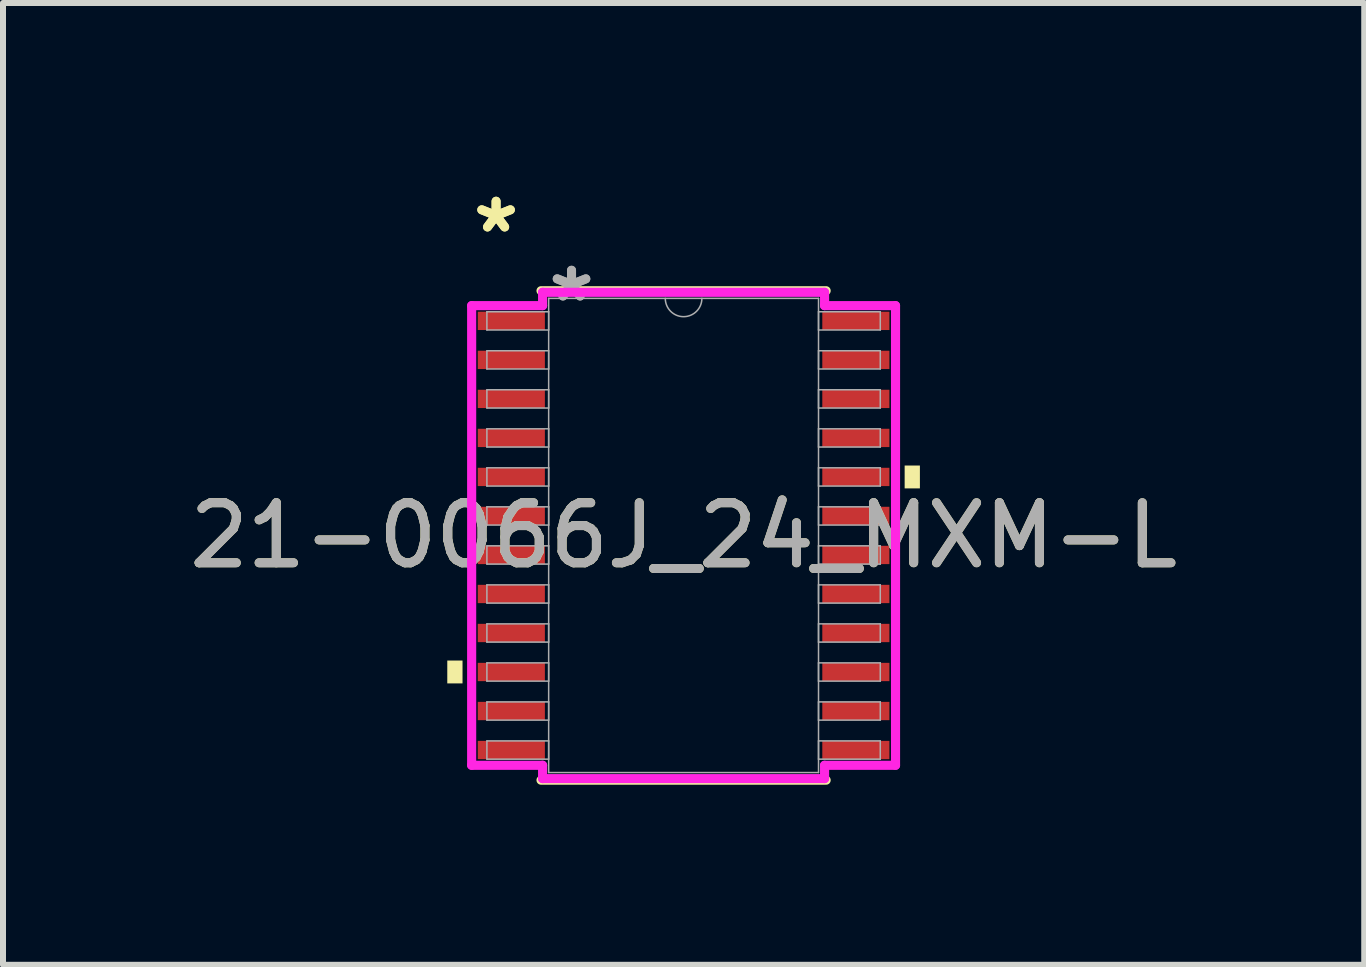
<source format=kicad_pcb>
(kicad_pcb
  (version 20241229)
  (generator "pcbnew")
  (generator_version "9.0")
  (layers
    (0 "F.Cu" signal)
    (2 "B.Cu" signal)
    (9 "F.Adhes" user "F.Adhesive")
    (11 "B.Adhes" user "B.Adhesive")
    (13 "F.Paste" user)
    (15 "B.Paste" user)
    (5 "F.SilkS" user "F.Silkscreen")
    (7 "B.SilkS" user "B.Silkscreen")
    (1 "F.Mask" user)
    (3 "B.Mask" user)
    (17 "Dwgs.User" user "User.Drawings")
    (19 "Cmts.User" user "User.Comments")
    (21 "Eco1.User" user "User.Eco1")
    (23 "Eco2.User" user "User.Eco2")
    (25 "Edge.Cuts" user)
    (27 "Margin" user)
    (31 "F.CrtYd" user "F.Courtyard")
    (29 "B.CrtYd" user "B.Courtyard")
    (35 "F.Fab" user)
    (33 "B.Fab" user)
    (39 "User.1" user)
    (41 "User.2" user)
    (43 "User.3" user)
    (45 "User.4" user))
  (footprint "21-0066J_24_MXM-L"
    (layer "F.Cu")
    (at 8.339 5.871)
    (property "Reference" "21-0066J_24_MXM-L" (at 0 0 0) (unlocked yes) (layer "F.SilkS") (effects (font (size 1 1) (thickness 0.15))))
    (attr smd)
    (fp_line (start -2.375 4.077) (end 2.375 4.077) (stroke (width 0.152) (type solid)) (layer "F.SilkS"))
    (fp_line (start 2.375 -4.077) (end -2.375 -4.077) (stroke (width 0.152) (type solid)) (layer "F.SilkS"))
    (fp_poly (pts (xy -3.937 2.084) (xy -3.937 2.465) (xy -3.683 2.465) (xy -3.683 2.084)) (stroke (width 0) (type solid)) (fill yes) (layer "F.SilkS"))
    (fp_poly (pts (xy 3.937 -1.165) (xy 3.937 -0.784) (xy 3.683 -0.784) (xy 3.683 -1.165)) (stroke (width 0) (type solid)) (fill yes) (layer "F.SilkS"))
    (fp_line (start -3.531 -3.829) (end -2.349 -3.829) (stroke (width 0.152) (type solid)) (layer "F.CrtYd"))
    (fp_line (start -3.531 3.829) (end -3.531 -3.829) (stroke (width 0.152) (type solid)) (layer "F.CrtYd"))
    (fp_line (start -3.531 3.829) (end -2.349 3.829) (stroke (width 0.152) (type solid)) (layer "F.CrtYd"))
    (fp_line (start -2.349 -4.051) (end 2.349 -4.051) (stroke (width 0.152) (type solid)) (layer "F.CrtYd"))
    (fp_line (start -2.349 -3.829) (end -2.349 -4.051) (stroke (width 0.152) (type solid)) (layer "F.CrtYd"))
    (fp_line (start -2.349 4.051) (end -2.349 3.829) (stroke (width 0.152) (type solid)) (layer "F.CrtYd"))
    (fp_line (start 2.349 -4.051) (end 2.349 -3.829) (stroke (width 0.152) (type solid)) (layer "F.CrtYd"))
    (fp_line (start 2.349 3.829) (end 2.349 4.051) (stroke (width 0.152) (type solid)) (layer "F.CrtYd"))
    (fp_line (start 2.349 4.051) (end -2.349 4.051) (stroke (width 0.152) (type solid)) (layer "F.CrtYd"))
    (fp_line (start 3.531 -3.829) (end 2.349 -3.829) (stroke (width 0.152) (type solid)) (layer "F.CrtYd"))
    (fp_line (start 3.531 -3.829) (end 3.531 3.829) (stroke (width 0.152) (type solid)) (layer "F.CrtYd"))
    (fp_line (start 3.531 3.829) (end 2.349 3.829) (stroke (width 0.152) (type solid)) (layer "F.CrtYd"))
    (fp_line (start -3.277 -3.727) (end -3.277 -3.423) (stroke (width 0.025) (type solid)) (layer "F.Fab"))
    (fp_line (start -3.277 -3.423) (end -2.248 -3.423) (stroke (width 0.025) (type solid)) (layer "F.Fab"))
    (fp_line (start -3.277 -3.077) (end -3.277 -2.773) (stroke (width 0.025) (type solid)) (layer "F.Fab"))
    (fp_line (start -3.277 -2.773) (end -2.248 -2.773) (stroke (width 0.025) (type solid)) (layer "F.Fab"))
    (fp_line (start -3.277 -2.427) (end -3.277 -2.123) (stroke (width 0.025) (type solid)) (layer "F.Fab"))
    (fp_line (start -3.277 -2.123) (end -2.248 -2.123) (stroke (width 0.025) (type solid)) (layer "F.Fab"))
    (fp_line (start -3.277 -1.777) (end -3.277 -1.473) (stroke (width 0.025) (type solid)) (layer "F.Fab"))
    (fp_line (start -3.277 -1.473) (end -2.248 -1.473) (stroke (width 0.025) (type solid)) (layer "F.Fab"))
    (fp_line (start -3.277 -1.127) (end -3.277 -0.823) (stroke (width 0.025) (type solid)) (layer "F.Fab"))
    (fp_line (start -3.277 -0.823) (end -2.248 -0.823) (stroke (width 0.025) (type solid)) (layer "F.Fab"))
    (fp_line (start -3.277 -0.477) (end -3.277 -0.173) (stroke (width 0.025) (type solid)) (layer "F.Fab"))
    (fp_line (start -3.277 -0.173) (end -2.248 -0.173) (stroke (width 0.025) (type solid)) (layer "F.Fab"))
    (fp_line (start -3.277 0.173) (end -3.277 0.477) (stroke (width 0.025) (type solid)) (layer "F.Fab"))
    (fp_line (start -3.277 0.477) (end -2.248 0.477) (stroke (width 0.025) (type solid)) (layer "F.Fab"))
    (fp_line (start -3.277 0.823) (end -3.277 1.127) (stroke (width 0.025) (type solid)) (layer "F.Fab"))
    (fp_line (start -3.277 1.127) (end -2.248 1.127) (stroke (width 0.025) (type solid)) (layer "F.Fab"))
    (fp_line (start -3.277 1.473) (end -3.277 1.777) (stroke (width 0.025) (type solid)) (layer "F.Fab"))
    (fp_line (start -3.277 1.777) (end -2.248 1.777) (stroke (width 0.025) (type solid)) (layer "F.Fab"))
    (fp_line (start -3.277 2.123) (end -3.277 2.427) (stroke (width 0.025) (type solid)) (layer "F.Fab"))
    (fp_line (start -3.277 2.427) (end -2.248 2.427) (stroke (width 0.025) (type solid)) (layer "F.Fab"))
    (fp_line (start -3.277 2.773) (end -3.277 3.077) (stroke (width 0.025) (type solid)) (layer "F.Fab"))
    (fp_line (start -3.277 3.077) (end -2.248 3.077) (stroke (width 0.025) (type solid)) (layer "F.Fab"))
    (fp_line (start -3.277 3.423) (end -3.277 3.727) (stroke (width 0.025) (type solid)) (layer "F.Fab"))
    (fp_line (start -3.277 3.727) (end -2.248 3.727) (stroke (width 0.025) (type solid)) (layer "F.Fab"))
    (fp_line (start -2.248 -3.95) (end -2.248 3.95) (stroke (width 0.025) (type solid)) (layer "F.Fab"))
    (fp_line (start -2.248 -3.727) (end -3.277 -3.727) (stroke (width 0.025) (type solid)) (layer "F.Fab"))
    (fp_line (start -2.248 -3.423) (end -2.248 -3.727) (stroke (width 0.025) (type solid)) (layer "F.Fab"))
    (fp_line (start -2.248 -3.077) (end -3.277 -3.077) (stroke (width 0.025) (type solid)) (layer "F.Fab"))
    (fp_line (start -2.248 -2.773) (end -2.248 -3.077) (stroke (width 0.025) (type solid)) (layer "F.Fab"))
    (fp_line (start -2.248 -2.427) (end -3.277 -2.427) (stroke (width 0.025) (type solid)) (layer "F.Fab"))
    (fp_line (start -2.248 -2.123) (end -2.248 -2.427) (stroke (width 0.025) (type solid)) (layer "F.Fab"))
    (fp_line (start -2.248 -1.777) (end -3.277 -1.777) (stroke (width 0.025) (type solid)) (layer "F.Fab"))
    (fp_line (start -2.248 -1.473) (end -2.248 -1.777) (stroke (width 0.025) (type solid)) (layer "F.Fab"))
    (fp_line (start -2.248 -1.127) (end -3.277 -1.127) (stroke (width 0.025) (type solid)) (layer "F.Fab"))
    (fp_line (start -2.248 -0.823) (end -2.248 -1.127) (stroke (width 0.025) (type solid)) (layer "F.Fab"))
    (fp_line (start -2.248 -0.477) (end -3.277 -0.477) (stroke (width 0.025) (type solid)) (layer "F.Fab"))
    (fp_line (start -2.248 -0.173) (end -2.248 -0.477) (stroke (width 0.025) (type solid)) (layer "F.Fab"))
    (fp_line (start -2.248 0.173) (end -3.277 0.173) (stroke (width 0.025) (type solid)) (layer "F.Fab"))
    (fp_line (start -2.248 0.477) (end -2.248 0.173) (stroke (width 0.025) (type solid)) (layer "F.Fab"))
    (fp_line (start -2.248 0.823) (end -3.277 0.823) (stroke (width 0.025) (type solid)) (layer "F.Fab"))
    (fp_line (start -2.248 1.127) (end -2.248 0.823) (stroke (width 0.025) (type solid)) (layer "F.Fab"))
    (fp_line (start -2.248 1.473) (end -3.277 1.473) (stroke (width 0.025) (type solid)) (layer "F.Fab"))
    (fp_line (start -2.248 1.777) (end -2.248 1.473) (stroke (width 0.025) (type solid)) (layer "F.Fab"))
    (fp_line (start -2.248 2.123) (end -3.277 2.123) (stroke (width 0.025) (type solid)) (layer "F.Fab"))
    (fp_line (start -2.248 2.427) (end -2.248 2.123) (stroke (width 0.025) (type solid)) (layer "F.Fab"))
    (fp_line (start -2.248 2.773) (end -3.277 2.773) (stroke (width 0.025) (type solid)) (layer "F.Fab"))
    (fp_line (start -2.248 3.077) (end -2.248 2.773) (stroke (width 0.025) (type solid)) (layer "F.Fab"))
    (fp_line (start -2.248 3.423) (end -3.277 3.423) (stroke (width 0.025) (type solid)) (layer "F.Fab"))
    (fp_line (start -2.248 3.727) (end -2.248 3.423) (stroke (width 0.025) (type solid)) (layer "F.Fab"))
    (fp_line (start -2.248 3.95) (end 2.248 3.95) (stroke (width 0.025) (type solid)) (layer "F.Fab"))
    (fp_line (start 2.248 -3.95) (end -2.248 -3.95) (stroke (width 0.025) (type solid)) (layer "F.Fab"))
    (fp_line (start 2.248 -3.727) (end 2.248 -3.423) (stroke (width 0.025) (type solid)) (layer "F.Fab"))
    (fp_line (start 2.248 -3.423) (end 3.277 -3.423) (stroke (width 0.025) (type solid)) (layer "F.Fab"))
    (fp_line (start 2.248 -3.077) (end 2.248 -2.773) (stroke (width 0.025) (type solid)) (layer "F.Fab"))
    (fp_line (start 2.248 -2.773) (end 3.277 -2.773) (stroke (width 0.025) (type solid)) (layer "F.Fab"))
    (fp_line (start 2.248 -2.427) (end 2.248 -2.123) (stroke (width 0.025) (type solid)) (layer "F.Fab"))
    (fp_line (start 2.248 -2.123) (end 3.277 -2.123) (stroke (width 0.025) (type solid)) (layer "F.Fab"))
    (fp_line (start 2.248 -1.777) (end 2.248 -1.473) (stroke (width 0.025) (type solid)) (layer "F.Fab"))
    (fp_line (start 2.248 -1.473) (end 3.277 -1.473) (stroke (width 0.025) (type solid)) (layer "F.Fab"))
    (fp_line (start 2.248 -1.127) (end 2.248 -0.823) (stroke (width 0.025) (type solid)) (layer "F.Fab"))
    (fp_line (start 2.248 -0.823) (end 3.277 -0.823) (stroke (width 0.025) (type solid)) (layer "F.Fab"))
    (fp_line (start 2.248 -0.477) (end 2.248 -0.173) (stroke (width 0.025) (type solid)) (layer "F.Fab"))
    (fp_line (start 2.248 -0.173) (end 3.277 -0.173) (stroke (width 0.025) (type solid)) (layer "F.Fab"))
    (fp_line (start 2.248 0.173) (end 2.248 0.477) (stroke (width 0.025) (type solid)) (layer "F.Fab"))
    (fp_line (start 2.248 0.477) (end 3.277 0.477) (stroke (width 0.025) (type solid)) (layer "F.Fab"))
    (fp_line (start 2.248 0.823) (end 2.248 1.127) (stroke (width 0.025) (type solid)) (layer "F.Fab"))
    (fp_line (start 2.248 1.127) (end 3.277 1.127) (stroke (width 0.025) (type solid)) (layer "F.Fab"))
    (fp_line (start 2.248 1.473) (end 2.248 1.777) (stroke (width 0.025) (type solid)) (layer "F.Fab"))
    (fp_line (start 2.248 1.777) (end 3.277 1.777) (stroke (width 0.025) (type solid)) (layer "F.Fab"))
    (fp_line (start 2.248 2.123) (end 2.248 2.427) (stroke (width 0.025) (type solid)) (layer "F.Fab"))
    (fp_line (start 2.248 2.427) (end 3.277 2.427) (stroke (width 0.025) (type solid)) (layer "F.Fab"))
    (fp_line (start 2.248 2.773) (end 2.248 3.077) (stroke (width 0.025) (type solid)) (layer "F.Fab"))
    (fp_line (start 2.248 3.077) (end 3.277 3.077) (stroke (width 0.025) (type solid)) (layer "F.Fab"))
    (fp_line (start 2.248 3.423) (end 2.248 3.727) (stroke (width 0.025) (type solid)) (layer "F.Fab"))
    (fp_line (start 2.248 3.727) (end 3.277 3.727) (stroke (width 0.025) (type solid)) (layer "F.Fab"))
    (fp_line (start 2.248 3.95) (end 2.248 -3.95) (stroke (width 0.025) (type solid)) (layer "F.Fab"))
    (fp_line (start 3.277 -3.727) (end 2.248 -3.727) (stroke (width 0.025) (type solid)) (layer "F.Fab"))
    (fp_line (start 3.277 -3.423) (end 3.277 -3.727) (stroke (width 0.025) (type solid)) (layer "F.Fab"))
    (fp_line (start 3.277 -3.077) (end 2.248 -3.077) (stroke (width 0.025) (type solid)) (layer "F.Fab"))
    (fp_line (start 3.277 -2.773) (end 3.277 -3.077) (stroke (width 0.025) (type solid)) (layer "F.Fab"))
    (fp_line (start 3.277 -2.427) (end 2.248 -2.427) (stroke (width 0.025) (type solid)) (layer "F.Fab"))
    (fp_line (start 3.277 -2.123) (end 3.277 -2.427) (stroke (width 0.025) (type solid)) (layer "F.Fab"))
    (fp_line (start 3.277 -1.777) (end 2.248 -1.777) (stroke (width 0.025) (type solid)) (layer "F.Fab"))
    (fp_line (start 3.277 -1.473) (end 3.277 -1.777) (stroke (width 0.025) (type solid)) (layer "F.Fab"))
    (fp_line (start 3.277 -1.127) (end 2.248 -1.127) (stroke (width 0.025) (type solid)) (layer "F.Fab"))
    (fp_line (start 3.277 -0.823) (end 3.277 -1.127) (stroke (width 0.025) (type solid)) (layer "F.Fab"))
    (fp_line (start 3.277 -0.477) (end 2.248 -0.477) (stroke (width 0.025) (type solid)) (layer "F.Fab"))
    (fp_line (start 3.277 -0.173) (end 3.277 -0.477) (stroke (width 0.025) (type solid)) (layer "F.Fab"))
    (fp_line (start 3.277 0.173) (end 2.248 0.173) (stroke (width 0.025) (type solid)) (layer "F.Fab"))
    (fp_line (start 3.277 0.477) (end 3.277 0.173) (stroke (width 0.025) (type solid)) (layer "F.Fab"))
    (fp_line (start 3.277 0.823) (end 2.248 0.823) (stroke (width 0.025) (type solid)) (layer "F.Fab"))
    (fp_line (start 3.277 1.127) (end 3.277 0.823) (stroke (width 0.025) (type solid)) (layer "F.Fab"))
    (fp_line (start 3.277 1.473) (end 2.248 1.473) (stroke (width 0.025) (type solid)) (layer "F.Fab"))
    (fp_line (start 3.277 1.777) (end 3.277 1.473) (stroke (width 0.025) (type solid)) (layer "F.Fab"))
    (fp_line (start 3.277 2.123) (end 2.248 2.123) (stroke (width 0.025) (type solid)) (layer "F.Fab"))
    (fp_line (start 3.277 2.427) (end 3.277 2.123) (stroke (width 0.025) (type solid)) (layer "F.Fab"))
    (fp_line (start 3.277 2.773) (end 2.248 2.773) (stroke (width 0.025) (type solid)) (layer "F.Fab"))
    (fp_line (start 3.277 3.077) (end 3.277 2.773) (stroke (width 0.025) (type solid)) (layer "F.Fab"))
    (fp_line (start 3.277 3.423) (end 2.248 3.423) (stroke (width 0.025) (type solid)) (layer "F.Fab"))
    (fp_line (start 3.277 3.727) (end 3.277 3.423) (stroke (width 0.025) (type solid)) (layer "F.Fab"))
    (fp_arc (start 0.3048 -3.9497) (mid 0 -3.6449) (end -0.3048 -3.9497) (stroke (width 0.0254) (type solid)) (layer "F.Fab"))
    (fp_text user "*" (at -3.124 -5.023 0) (unlocked yes) (layer "F.SilkS") (effects (font (size 1 1) (thickness 0.15))))
    (fp_text user "*" (at -3.124 -5.023 0) (layer "F.SilkS") (effects (font (size 1 1) (thickness 0.15))))
    (fp_text user "*" (at -1.867 -3.873 0) (layer "F.Fab") (effects (font (size 1 1) (thickness 0.15))))
    (fp_text user "*" (at -1.867 -3.873 0) (unlocked yes) (layer "F.Fab") (effects (font (size 1 1) (thickness 0.15))))
    (fp_text user "${REFERENCE}" (at 0 0 0) (unlocked yes) (layer "F.Fab") (effects (font (size 1 1) (thickness 0.15))))
    (pad "1" smd rect (at -2.87 -3.575) (size 1.118 0.305) (layers "F.Cu" "F.Mask" "F.Paste"))
    (pad "2" smd rect (at -2.87 -2.925) (size 1.118 0.305) (layers "F.Cu" "F.Mask" "F.Paste"))
    (pad "3" smd rect (at -2.87 -2.275) (size 1.118 0.305) (layers "F.Cu" "F.Mask" "F.Paste"))
    (pad "4" smd rect (at -2.87 -1.625) (size 1.118 0.305) (layers "F.Cu" "F.Mask" "F.Paste"))
    (pad "5" smd rect (at -2.87 -0.975) (size 1.118 0.305) (layers "F.Cu" "F.Mask" "F.Paste"))
    (pad "6" smd rect (at -2.87 -0.325) (size 1.118 0.305) (layers "F.Cu" "F.Mask" "F.Paste"))
    (pad "7" smd rect (at -2.87 0.325) (size 1.118 0.305) (layers "F.Cu" "F.Mask" "F.Paste"))
    (pad "8" smd rect (at -2.87 0.975) (size 1.118 0.305) (layers "F.Cu" "F.Mask" "F.Paste"))
    (pad "9" smd rect (at -2.87 1.625) (size 1.118 0.305) (layers "F.Cu" "F.Mask" "F.Paste"))
    (pad "10" smd rect (at -2.87 2.275) (size 1.118 0.305) (layers "F.Cu" "F.Mask" "F.Paste"))
    (pad "11" smd rect (at -2.87 2.925) (size 1.118 0.305) (layers "F.Cu" "F.Mask" "F.Paste"))
    (pad "12" smd rect (at -2.87 3.575) (size 1.118 0.305) (layers "F.Cu" "F.Mask" "F.Paste"))
    (pad "13" smd rect (at 2.87 3.575) (size 1.118 0.305) (layers "F.Cu" "F.Mask" "F.Paste"))
    (pad "14" smd rect (at 2.87 2.925) (size 1.118 0.305) (layers "F.Cu" "F.Mask" "F.Paste"))
    (pad "15" smd rect (at 2.87 2.275) (size 1.118 0.305) (layers "F.Cu" "F.Mask" "F.Paste"))
    (pad "16" smd rect (at 2.87 1.625) (size 1.118 0.305) (layers "F.Cu" "F.Mask" "F.Paste"))
    (pad "17" smd rect (at 2.87 0.975) (size 1.118 0.305) (layers "F.Cu" "F.Mask" "F.Paste"))
    (pad "18" smd rect (at 2.87 0.325) (size 1.118 0.305) (layers "F.Cu" "F.Mask" "F.Paste"))
    (pad "19" smd rect (at 2.87 -0.325) (size 1.118 0.305) (layers "F.Cu" "F.Mask" "F.Paste"))
    (pad "20" smd rect (at 2.87 -0.975) (size 1.118 0.305) (layers "F.Cu" "F.Mask" "F.Paste"))
    (pad "21" smd rect (at 2.87 -1.625) (size 1.118 0.305) (layers "F.Cu" "F.Mask" "F.Paste"))
    (pad "22" smd rect (at 2.87 -2.275) (size 1.118 0.305) (layers "F.Cu" "F.Mask" "F.Paste"))
    (pad "23" smd rect (at 2.87 -2.925) (size 1.118 0.305) (layers "F.Cu" "F.Mask" "F.Paste"))
    (pad "24" smd rect (at 2.87 -3.575) (size 1.118 0.305) (layers "F.Cu" "F.Mask" "F.Paste")))
  (gr_rect
    (start -3 -3)
    (end 19.679 13.024)
    (stroke (width 0.1) (type default))
    (fill no)
    (layer "Edge.Cuts")))
</source>
